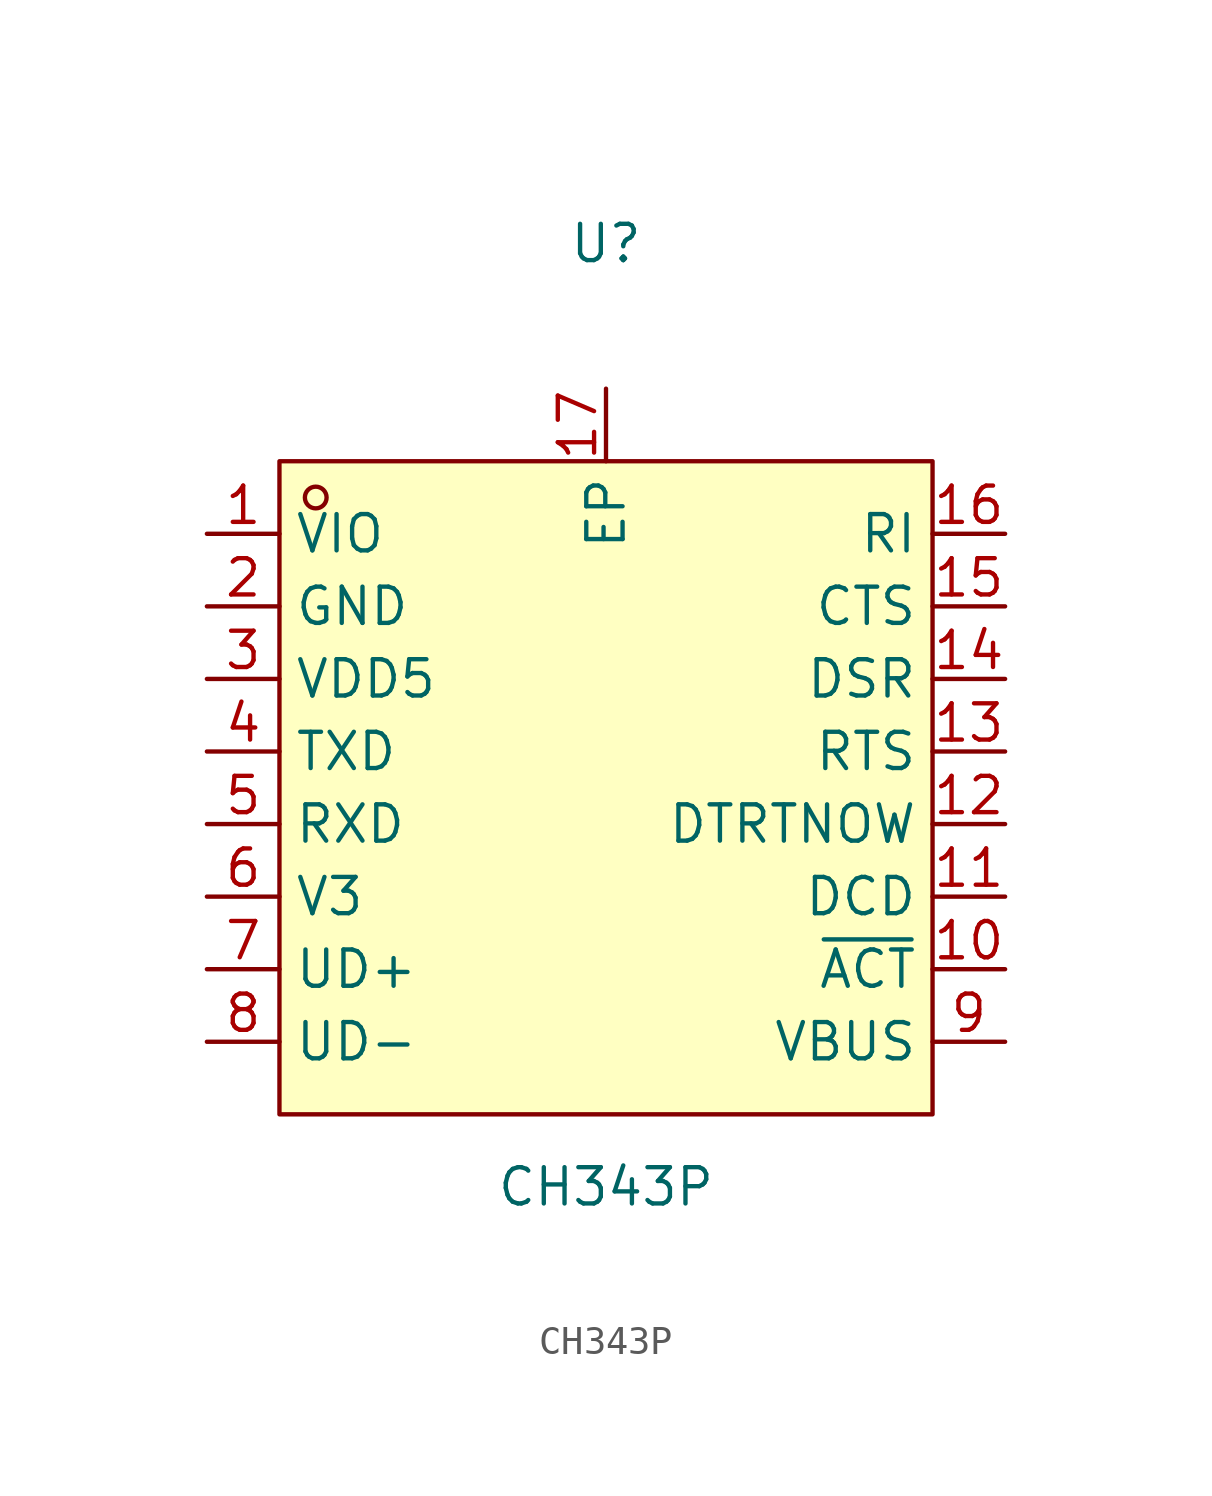
<source format=kicad_sym>
(kicad_symbol_lib
  (version 20220914)
  (generator kicad_symbol_editor)
  (symbol "CH343P"
    (property "Reference" "U"
      (at 0 19.05 0)
      (effects (font (size 1.27 1.27))))
    (property "Value" "CH343P"
      (at 0 -13.97 0)
      (effects (font (size 1.27 1.27))))
    (symbol "CH343P_0_1"
      (rectangle (start -11.43 11.43) (end 11.43 -11.43) (stroke (width 0) (type default)) (fill (type background)))
      (circle (center -10.16 10.16) (radius 0.38) (stroke (width 0) (type default)) (fill (type none))))
    (symbol "CH343P_1_1"
      (pin power_in line (at -13.97 8.89 0) (length 2.54) (name "VIO" (effects (font (size 1.27 1.27)))) (number "1" (effects (font (size 1.27 1.27)))))
      (pin output line (at 13.97 -6.35 180) (length 2.54) (name "~{ACT}" (effects (font (size 1.27 1.27)))) (number "10" (effects (font (size 1.27 1.27)))))
      (pin input line (at 13.97 -3.81 180) (length 2.54) (name "DCD" (effects (font (size 1.27 1.27)))) (number "11" (effects (font (size 1.27 1.27)))))
      (pin output line (at 13.97 -1.27 180) (length 2.54) (name "DTRTNOW" (effects (font (size 1.27 1.27)))) (number "12" (effects (font (size 1.27 1.27)))))
      (pin output line (at 13.97 1.27 180) (length 2.54) (name "RTS" (effects (font (size 1.27 1.27)))) (number "13" (effects (font (size 1.27 1.27)))))
      (pin input line (at 13.97 3.81 180) (length 2.54) (name "DSR" (effects (font (size 1.27 1.27)))) (number "14" (effects (font (size 1.27 1.27)))))
      (pin input line (at 13.97 6.35 180) (length 2.54) (name "CTS" (effects (font (size 1.27 1.27)))) (number "15" (effects (font (size 1.27 1.27)))))
      (pin input line (at 13.97 8.89 180) (length 2.54) (name "RI" (effects (font (size 1.27 1.27)))) (number "16" (effects (font (size 1.27 1.27)))))
      (pin power_in line (at 0 13.97 270) (length 2.54) (name "EP" (effects (font (size 1.27 1.27)))) (number "17" (effects (font (size 1.27 1.27)))))
      (pin power_in line (at -13.97 6.35 0) (length 2.54) (name "GND" (effects (font (size 1.27 1.27)))) (number "2" (effects (font (size 1.27 1.27)))))
      (pin power_in line (at -13.97 3.81 0) (length 2.54) (name "VDD5" (effects (font (size 1.27 1.27)))) (number "3" (effects (font (size 1.27 1.27)))))
      (pin power_out line (at -13.97 1.27 0) (length 2.54) (name "TXD" (effects (font (size 1.27 1.27)))) (number "4" (effects (font (size 1.27 1.27)))))
      (pin input line (at -13.97 -1.27 0) (length 2.54) (name "RXD" (effects (font (size 1.27 1.27)))) (number "5" (effects (font (size 1.27 1.27)))))
      (pin power_out line (at -13.97 -3.81 0) (length 2.54) (name "V3" (effects (font (size 1.27 1.27)))) (number "6" (effects (font (size 1.27 1.27)))))
      (pin bidirectional line (at -13.97 -6.35 0) (length 2.54) (name "UD+" (effects (font (size 1.27 1.27)))) (number "7" (effects (font (size 1.27 1.27)))))
      (pin bidirectional line (at -13.97 -8.89 0) (length 2.54) (name "UD-" (effects (font (size 1.27 1.27)))) (number "8" (effects (font (size 1.27 1.27)))))
      (pin input line (at 13.97 -8.89 180) (length 2.54) (name "VBUS" (effects (font (size 1.27 1.27)))) (number "9" (effects (font (size 1.27 1.27))))))))
</source>
